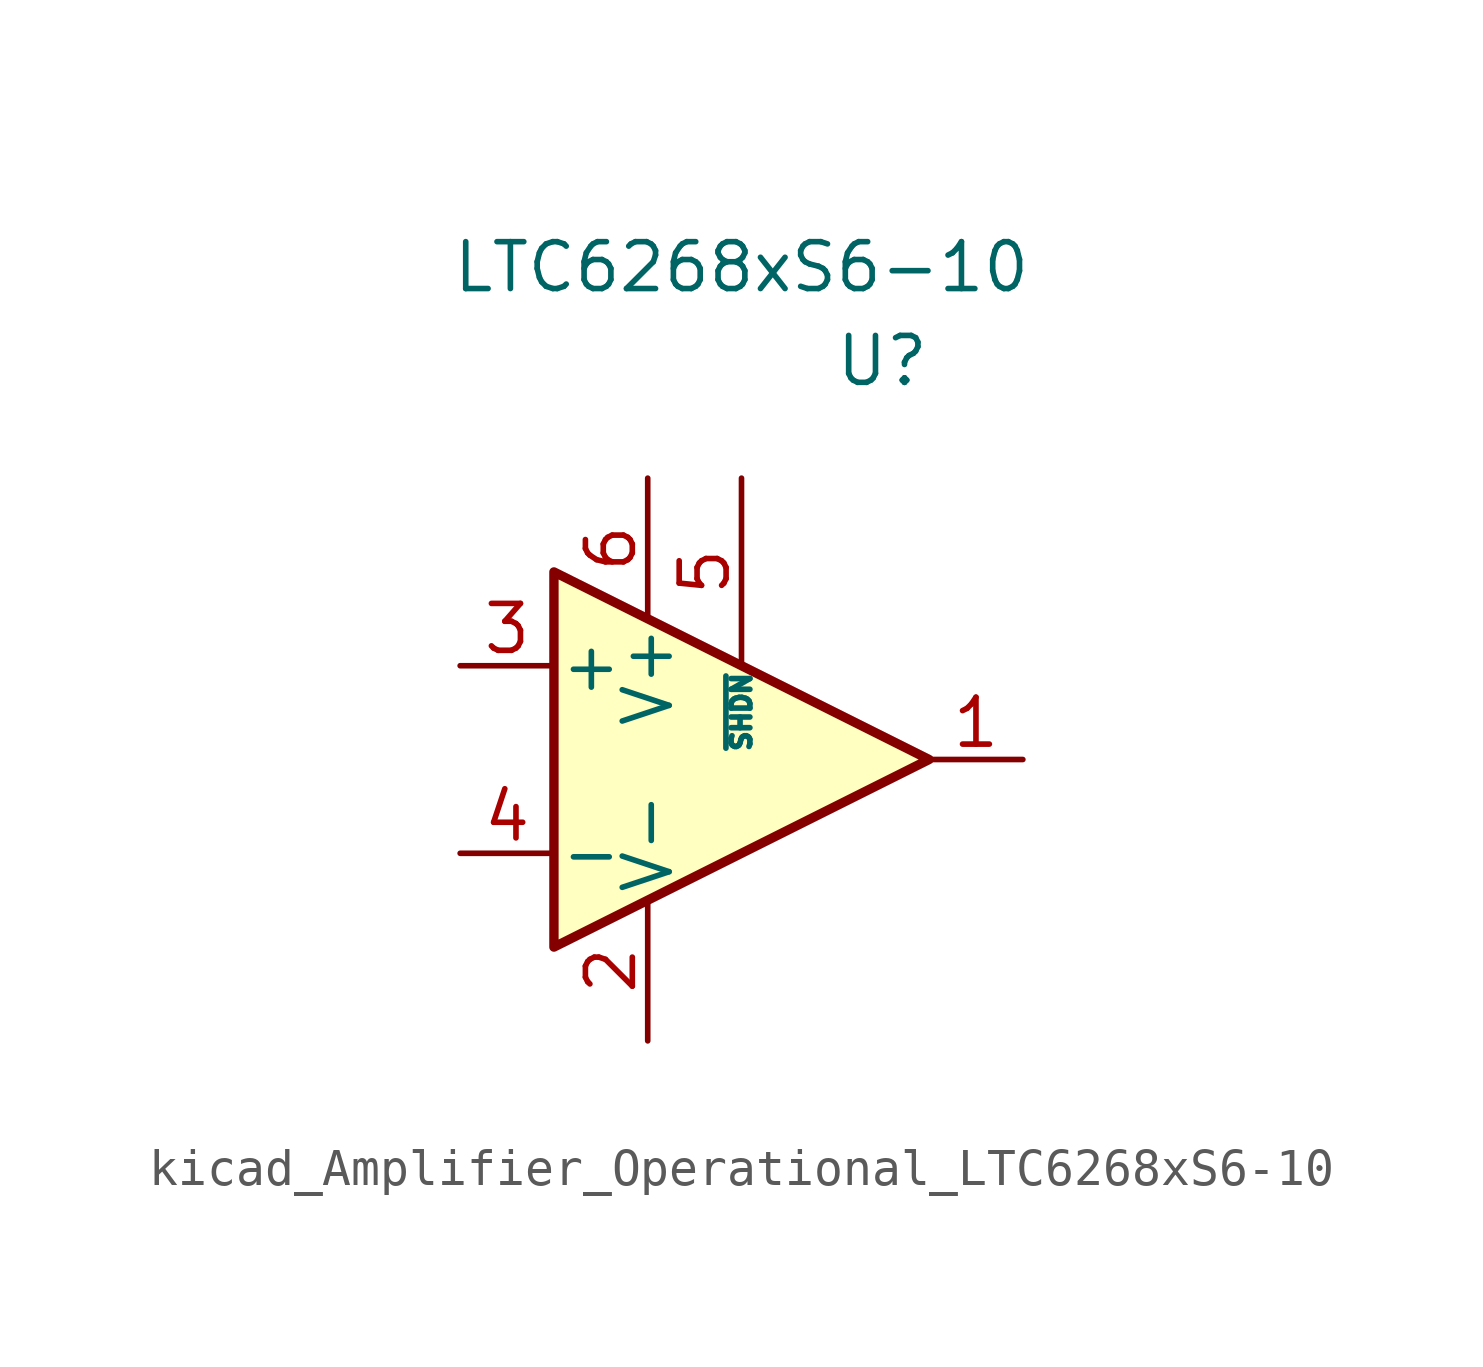
<source format=kicad_sym>
(kicad_symbol_lib
  (version 20220914)
  (generator kicad_symbol_editor)
  (symbol "kicad_Amplifier_Operational_LTC6268xS6-10"
    (pin_names
      (offset 0.127))
    (property "Reference" "U"
      (at 3.81 10.795 0)
      (effects (font (size 1.27 1.27))))
    (property "Value" "LTC6268xS6-10"
      (at 0 13.335 0)
      (effects (font (size 1.27 1.27))))
    (symbol "kicad_Amplifier_Operational_LTC6268xS6-10_1_1"
      (polyline (pts (xy -5.08 5.08) (xy -5.08 -5.08) (xy 5.08 0) (xy -5.08 5.08)) (stroke (width 0.254) (type default)) (fill (type background)))
      (pin output line (at 7.62 0 180) (length 2.54) (name "~" (effects (font (size 1.27 1.27)))) (number "1" (effects (font (size 1.27 1.27)))))
      (pin power_in line (at -2.54 -7.62 90) (length 3.81) (name "V-" (effects (font (size 1.27 1.27)))) (number "2" (effects (font (size 1.27 1.27)))))
      (pin input line (at -7.62 2.54 0) (length 2.54) (name "+" (effects (font (size 1.27 1.27)))) (number "3" (effects (font (size 1.27 1.27)))))
      (pin input line (at -7.62 -2.54 0) (length 2.54) (name "-" (effects (font (size 1.27 1.27)))) (number "4" (effects (font (size 1.27 1.27)))))
      (pin input line (at 0 7.62 270) (length 5.08) (name "~{SHDN}" (effects (font (size 0.508 0.508)))) (number "5" (effects (font (size 1.27 1.27)))))
      (pin power_in line (at -2.54 7.62 270) (length 3.81) (name "V+" (effects (font (size 1.27 1.27)))) (number "6" (effects (font (size 1.27 1.27))))))))
</source>
